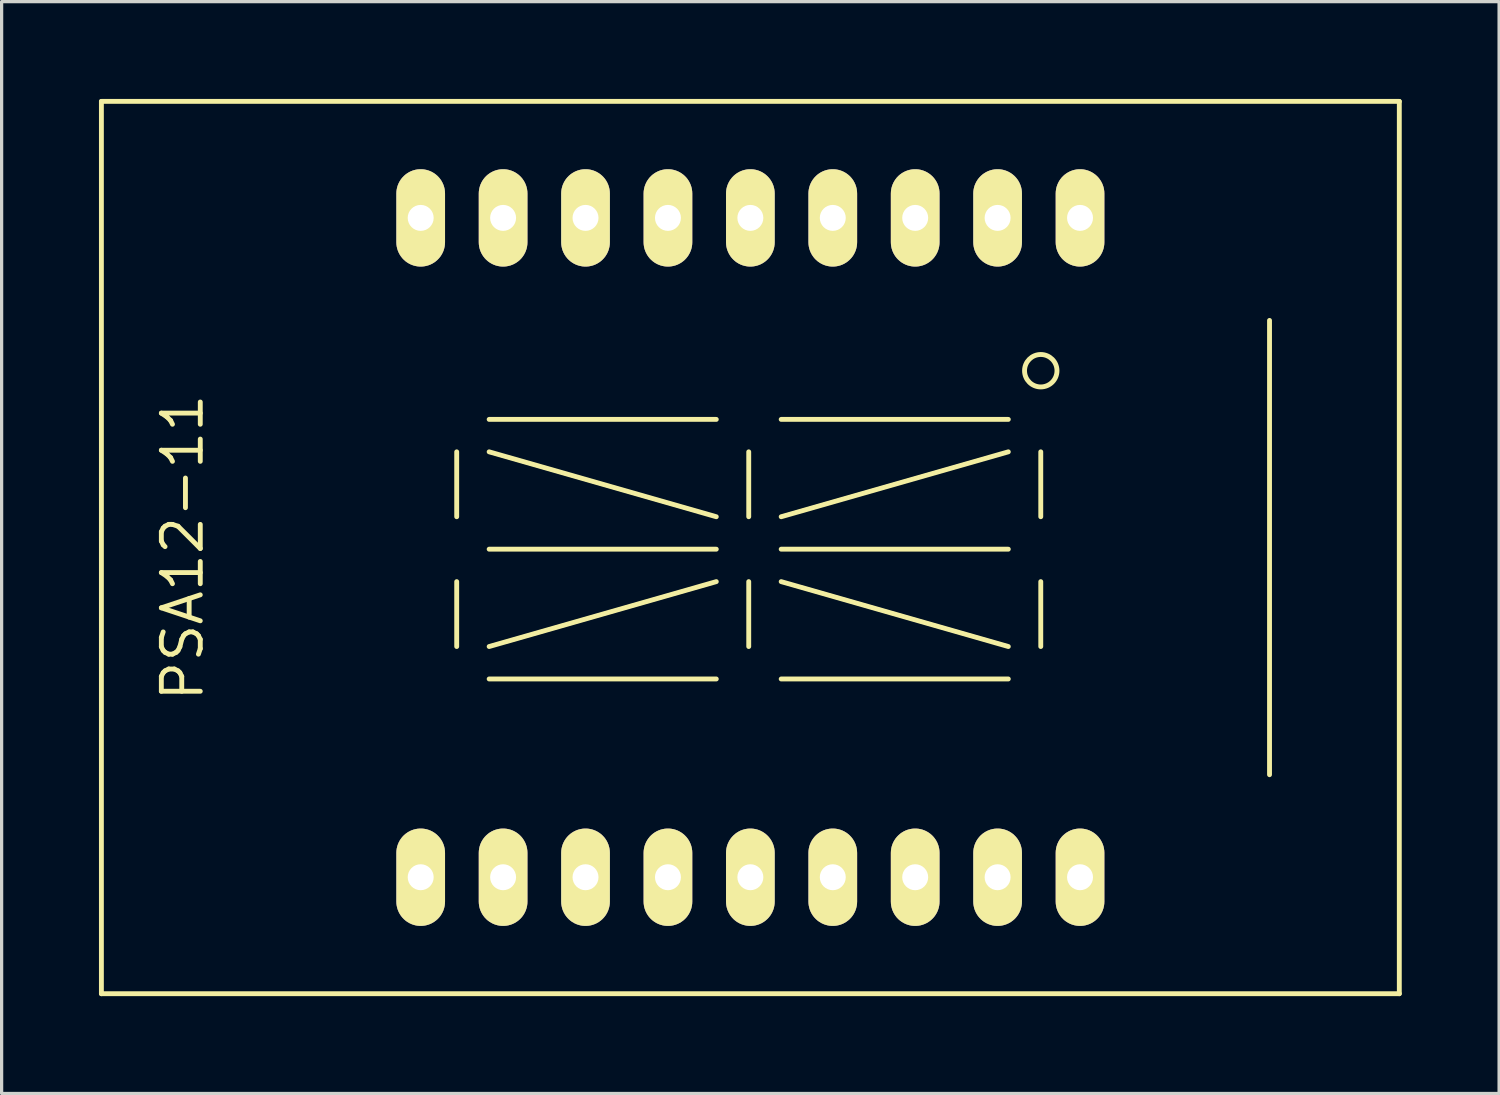
<source format=kicad_pcb>
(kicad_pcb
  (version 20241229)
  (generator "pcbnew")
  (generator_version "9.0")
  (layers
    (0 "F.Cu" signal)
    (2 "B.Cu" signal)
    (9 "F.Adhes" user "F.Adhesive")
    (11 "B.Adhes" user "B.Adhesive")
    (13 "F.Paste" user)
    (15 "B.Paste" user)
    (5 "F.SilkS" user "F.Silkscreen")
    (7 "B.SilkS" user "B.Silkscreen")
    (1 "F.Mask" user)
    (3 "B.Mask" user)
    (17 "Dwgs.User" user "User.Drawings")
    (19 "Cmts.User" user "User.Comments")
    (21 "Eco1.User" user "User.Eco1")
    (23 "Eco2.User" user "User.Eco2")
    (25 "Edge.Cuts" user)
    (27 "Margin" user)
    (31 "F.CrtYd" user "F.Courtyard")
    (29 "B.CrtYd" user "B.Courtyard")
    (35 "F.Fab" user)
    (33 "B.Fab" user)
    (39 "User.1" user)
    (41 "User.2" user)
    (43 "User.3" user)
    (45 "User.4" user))
  (footprint "PSA12-11"
    (layer "F.Cu")
    (at 20.075 13.825)
    (property "Reference" "PSA12-11" (at -17.5 0 90) (layer "F.SilkS") (effects (font (size 1.2 1.2) (thickness 0.15))))
    (attr through_hole)
    (fp_line (start -20 -13.75) (end -20 13.75) (stroke (width 0.15) (type solid)) (layer "F.SilkS"))
    (fp_line (start -20 13.75) (end 20 13.75) (stroke (width 0.15) (type solid)) (layer "F.SilkS"))
    (fp_line (start -9.05 -0.95) (end -9.05 -2.95) (stroke (width 0.15) (type solid)) (layer "F.SilkS"))
    (fp_line (start -9.05 3.05) (end -9.05 1.05) (stroke (width 0.15) (type solid)) (layer "F.SilkS"))
    (fp_line (start -8.05 -3.95) (end -1.05 -3.95) (stroke (width 0.15) (type solid)) (layer "F.SilkS"))
    (fp_line (start -8.05 0.05) (end -1.05 0.05) (stroke (width 0.15) (type solid)) (layer "F.SilkS"))
    (fp_line (start -8.05 4.05) (end -1.05 4.05) (stroke (width 0.15) (type solid)) (layer "F.SilkS"))
    (fp_line (start -1.05 -0.95) (end -8.05 -2.95) (stroke (width 0.15) (type solid)) (layer "F.SilkS"))
    (fp_line (start -1.05 1.05) (end -8.05 3.05) (stroke (width 0.15) (type solid)) (layer "F.SilkS"))
    (fp_line (start -0.05 -0.95) (end -0.05 -2.95) (stroke (width 0.15) (type solid)) (layer "F.SilkS"))
    (fp_line (start -0.05 3.05) (end -0.05 1.05) (stroke (width 0.15) (type solid)) (layer "F.SilkS"))
    (fp_line (start 0.95 -3.95) (end 7.95 -3.95) (stroke (width 0.15) (type solid)) (layer "F.SilkS"))
    (fp_line (start 0.95 0.05) (end 7.95 0.05) (stroke (width 0.15) (type solid)) (layer "F.SilkS"))
    (fp_line (start 0.95 4.05) (end 7.95 4.05) (stroke (width 0.15) (type solid)) (layer "F.SilkS"))
    (fp_line (start 7.95 -2.95) (end 0.95 -0.95) (stroke (width 0.15) (type solid)) (layer "F.SilkS"))
    (fp_line (start 7.95 3.05) (end 0.95 1.05) (stroke (width 0.15) (type solid)) (layer "F.SilkS"))
    (fp_line (start 8.95 -0.95) (end 8.95 -2.95) (stroke (width 0.15) (type solid)) (layer "F.SilkS"))
    (fp_line (start 8.95 3.05) (end 8.95 1.05) (stroke (width 0.15) (type solid)) (layer "F.SilkS"))
    (fp_line (start 16 -7) (end 16 7) (stroke (width 0.15) (type solid)) (layer "F.SilkS"))
    (fp_line (start 20 -13.75) (end -20 -13.75) (stroke (width 0.15) (type solid)) (layer "F.SilkS"))
    (fp_line (start 20 13.75) (end 20 -13.75) (stroke (width 0.15) (type solid)) (layer "F.SilkS"))
    (fp_circle (center 8.95 -5.45) (end 8.95 -5.95) (stroke (width 0.15) (type solid)) (fill no) (layer "F.SilkS"))
    (pad "1" thru_hole oval (at -10.16 10.16) (size 1.5 3) (drill 0.8) (layers "*.Cu" "*.Mask" "F.SilkS"))
    (pad "2" thru_hole oval (at -7.62 10.16) (size 1.5 3) (drill 0.8) (layers "*.Cu" "*.Mask" "F.SilkS"))
    (pad "3" thru_hole oval (at -5.08 10.16) (size 1.5 3) (drill 0.8) (layers "*.Cu" "*.Mask" "F.SilkS"))
    (pad "4" thru_hole oval (at -2.54 10.16) (size 1.5 3) (drill 0.8) (layers "*.Cu" "*.Mask" "F.SilkS"))
    (pad "5" thru_hole oval (at 0 10.16) (size 1.5 3) (drill 0.8) (layers "*.Cu" "*.Mask" "F.SilkS"))
    (pad "6" thru_hole oval (at 2.54 10.16) (size 1.5 3) (drill 0.8) (layers "*.Cu" "*.Mask" "F.SilkS"))
    (pad "7" thru_hole oval (at 5.08 10.16) (size 1.5 3) (drill 0.8) (layers "*.Cu" "*.Mask" "F.SilkS"))
    (pad "8" thru_hole oval (at 7.62 10.16) (size 1.5 3) (drill 0.8) (layers "*.Cu" "*.Mask" "F.SilkS"))
    (pad "9" thru_hole oval (at 10.16 10.16) (size 1.5 3) (drill 0.8) (layers "*.Cu" "*.Mask" "F.SilkS"))
    (pad "10" thru_hole oval (at 10.16 -10.16) (size 1.5 3) (drill 0.8) (layers "*.Cu" "*.Mask" "F.SilkS"))
    (pad "11" thru_hole oval (at 7.62 -10.16) (size 1.5 3) (drill 0.8) (layers "*.Cu" "*.Mask" "F.SilkS"))
    (pad "12" thru_hole oval (at 5.08 -10.16) (size 1.5 3) (drill 0.8) (layers "*.Cu" "*.Mask" "F.SilkS"))
    (pad "13" thru_hole oval (at 2.54 -10.16) (size 1.5 3) (drill 0.8) (layers "*.Cu" "*.Mask" "F.SilkS"))
    (pad "14" thru_hole oval (at 0 -10.16) (size 1.5 3) (drill 0.8) (layers "*.Cu" "*.Mask" "F.SilkS"))
    (pad "15" thru_hole oval (at -2.54 -10.16) (size 1.5 3) (drill 0.8) (layers "*.Cu" "*.Mask" "F.SilkS"))
    (pad "16" thru_hole oval (at -5.08 -10.16) (size 1.5 3) (drill 0.8) (layers "*.Cu" "*.Mask" "F.SilkS"))
    (pad "17" thru_hole oval (at -7.62 -10.16) (size 1.5 3) (drill 0.8) (layers "*.Cu" "*.Mask" "F.SilkS"))
    (pad "18" thru_hole oval (at -10.16 -10.16) (size 1.5 3) (drill 0.8) (layers "*.Cu" "*.Mask" "F.SilkS")))
  (gr_rect
    (start -3 -3)
    (end 43.15 30.65)
    (stroke (width 0.1) (type default))
    (fill no)
    (layer "Edge.Cuts")))
</source>
